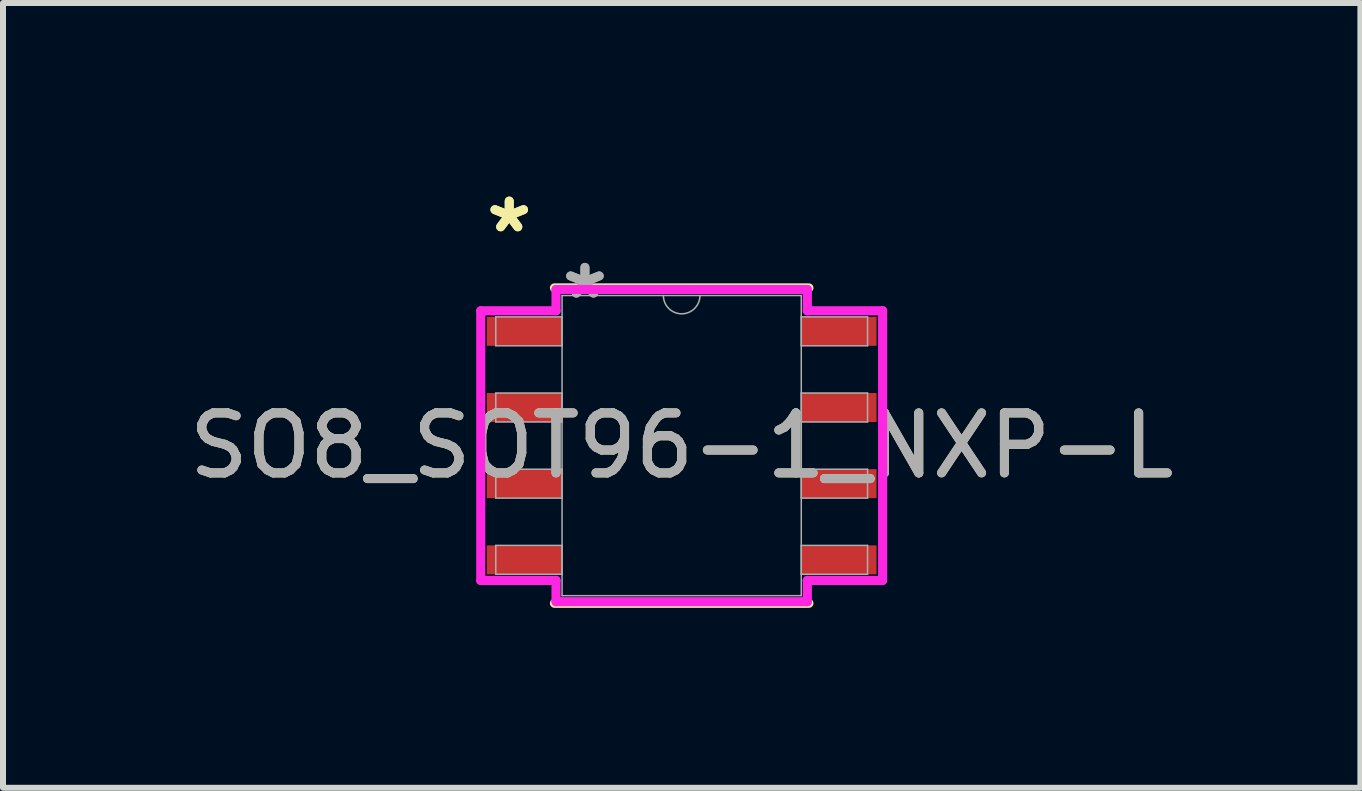
<source format=kicad_pcb>
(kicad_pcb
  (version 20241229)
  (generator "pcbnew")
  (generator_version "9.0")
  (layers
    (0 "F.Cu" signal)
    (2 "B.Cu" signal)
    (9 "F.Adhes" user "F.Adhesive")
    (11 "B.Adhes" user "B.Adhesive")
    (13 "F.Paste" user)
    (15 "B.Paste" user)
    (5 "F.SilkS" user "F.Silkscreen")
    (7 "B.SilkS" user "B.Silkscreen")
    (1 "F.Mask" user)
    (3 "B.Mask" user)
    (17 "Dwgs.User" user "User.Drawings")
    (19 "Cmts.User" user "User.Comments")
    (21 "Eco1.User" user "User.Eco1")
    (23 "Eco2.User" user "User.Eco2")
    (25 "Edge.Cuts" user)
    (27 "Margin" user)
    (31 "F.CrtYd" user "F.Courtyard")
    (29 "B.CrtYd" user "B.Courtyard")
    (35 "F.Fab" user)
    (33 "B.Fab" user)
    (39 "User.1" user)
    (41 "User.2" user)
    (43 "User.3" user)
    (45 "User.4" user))
  (footprint "SO8_SOT96-1_NXP-L"
    (layer "F.Cu")
    (at 8.315 4.379)
    (property "Reference" "SO8_SOT96-1_NXP-L" (at 0 0 0) (unlocked yes) (layer "F.SilkS") (effects (font (size 1 1) (thickness 0.15))))
    (attr smd)
    (fp_line (start -2.121 2.629) (end 2.121 2.629) (stroke (width 0.152) (type solid)) (layer "F.SilkS"))
    (fp_line (start 2.121 -2.629) (end -2.121 -2.629) (stroke (width 0.152) (type solid)) (layer "F.SilkS"))
    (fp_line (start -3.35 -2.248) (end -2.095 -2.248) (stroke (width 0.152) (type solid)) (layer "F.CrtYd"))
    (fp_line (start -3.35 2.248) (end -3.35 -2.248) (stroke (width 0.152) (type solid)) (layer "F.CrtYd"))
    (fp_line (start -3.35 2.248) (end -2.095 2.248) (stroke (width 0.152) (type solid)) (layer "F.CrtYd"))
    (fp_line (start -2.095 -2.603) (end 2.095 -2.603) (stroke (width 0.152) (type solid)) (layer "F.CrtYd"))
    (fp_line (start -2.095 -2.248) (end -2.095 -2.603) (stroke (width 0.152) (type solid)) (layer "F.CrtYd"))
    (fp_line (start -2.095 2.603) (end -2.095 2.248) (stroke (width 0.152) (type solid)) (layer "F.CrtYd"))
    (fp_line (start 2.095 -2.603) (end 2.095 -2.248) (stroke (width 0.152) (type solid)) (layer "F.CrtYd"))
    (fp_line (start 2.095 2.248) (end 2.095 2.603) (stroke (width 0.152) (type solid)) (layer "F.CrtYd"))
    (fp_line (start 2.095 2.603) (end -2.095 2.603) (stroke (width 0.152) (type solid)) (layer "F.CrtYd"))
    (fp_line (start 3.35 -2.248) (end 2.095 -2.248) (stroke (width 0.152) (type solid)) (layer "F.CrtYd"))
    (fp_line (start 3.35 -2.248) (end 3.35 2.248) (stroke (width 0.152) (type solid)) (layer "F.CrtYd"))
    (fp_line (start 3.35 2.248) (end 2.095 2.248) (stroke (width 0.152) (type solid)) (layer "F.CrtYd"))
    (fp_line (start -3.099 -2.146) (end -3.099 -1.664) (stroke (width 0.025) (type solid)) (layer "F.Fab"))
    (fp_line (start -3.099 -1.664) (end -1.994 -1.664) (stroke (width 0.025) (type solid)) (layer "F.Fab"))
    (fp_line (start -3.099 -0.876) (end -3.099 -0.394) (stroke (width 0.025) (type solid)) (layer "F.Fab"))
    (fp_line (start -3.099 -0.394) (end -1.994 -0.394) (stroke (width 0.025) (type solid)) (layer "F.Fab"))
    (fp_line (start -3.099 0.394) (end -3.099 0.876) (stroke (width 0.025) (type solid)) (layer "F.Fab"))
    (fp_line (start -3.099 0.876) (end -1.994 0.876) (stroke (width 0.025) (type solid)) (layer "F.Fab"))
    (fp_line (start -3.099 1.664) (end -3.099 2.146) (stroke (width 0.025) (type solid)) (layer "F.Fab"))
    (fp_line (start -3.099 2.146) (end -1.994 2.146) (stroke (width 0.025) (type solid)) (layer "F.Fab"))
    (fp_line (start -1.994 -2.502) (end -1.994 2.502) (stroke (width 0.025) (type solid)) (layer "F.Fab"))
    (fp_line (start -1.994 -2.146) (end -3.099 -2.146) (stroke (width 0.025) (type solid)) (layer "F.Fab"))
    (fp_line (start -1.994 -1.664) (end -1.994 -2.146) (stroke (width 0.025) (type solid)) (layer "F.Fab"))
    (fp_line (start -1.994 -0.876) (end -3.099 -0.876) (stroke (width 0.025) (type solid)) (layer "F.Fab"))
    (fp_line (start -1.994 -0.394) (end -1.994 -0.876) (stroke (width 0.025) (type solid)) (layer "F.Fab"))
    (fp_line (start -1.994 0.394) (end -3.099 0.394) (stroke (width 0.025) (type solid)) (layer "F.Fab"))
    (fp_line (start -1.994 0.876) (end -1.994 0.394) (stroke (width 0.025) (type solid)) (layer "F.Fab"))
    (fp_line (start -1.994 1.664) (end -3.099 1.664) (stroke (width 0.025) (type solid)) (layer "F.Fab"))
    (fp_line (start -1.994 2.146) (end -1.994 1.664) (stroke (width 0.025) (type solid)) (layer "F.Fab"))
    (fp_line (start -1.994 2.502) (end 1.994 2.502) (stroke (width 0.025) (type solid)) (layer "F.Fab"))
    (fp_line (start 1.994 -2.502) (end -1.994 -2.502) (stroke (width 0.025) (type solid)) (layer "F.Fab"))
    (fp_line (start 1.994 -2.146) (end 1.994 -1.664) (stroke (width 0.025) (type solid)) (layer "F.Fab"))
    (fp_line (start 1.994 -1.664) (end 3.099 -1.664) (stroke (width 0.025) (type solid)) (layer "F.Fab"))
    (fp_line (start 1.994 -0.876) (end 1.994 -0.394) (stroke (width 0.025) (type solid)) (layer "F.Fab"))
    (fp_line (start 1.994 -0.394) (end 3.099 -0.394) (stroke (width 0.025) (type solid)) (layer "F.Fab"))
    (fp_line (start 1.994 0.394) (end 1.994 0.876) (stroke (width 0.025) (type solid)) (layer "F.Fab"))
    (fp_line (start 1.994 0.876) (end 3.099 0.876) (stroke (width 0.025) (type solid)) (layer "F.Fab"))
    (fp_line (start 1.994 1.664) (end 1.994 2.146) (stroke (width 0.025) (type solid)) (layer "F.Fab"))
    (fp_line (start 1.994 2.146) (end 3.099 2.146) (stroke (width 0.025) (type solid)) (layer "F.Fab"))
    (fp_line (start 1.994 2.502) (end 1.994 -2.502) (stroke (width 0.025) (type solid)) (layer "F.Fab"))
    (fp_line (start 3.099 -2.146) (end 1.994 -2.146) (stroke (width 0.025) (type solid)) (layer "F.Fab"))
    (fp_line (start 3.099 -1.664) (end 3.099 -2.146) (stroke (width 0.025) (type solid)) (layer "F.Fab"))
    (fp_line (start 3.099 -0.876) (end 1.994 -0.876) (stroke (width 0.025) (type solid)) (layer "F.Fab"))
    (fp_line (start 3.099 -0.394) (end 3.099 -0.876) (stroke (width 0.025) (type solid)) (layer "F.Fab"))
    (fp_line (start 3.099 0.394) (end 1.994 0.394) (stroke (width 0.025) (type solid)) (layer "F.Fab"))
    (fp_line (start 3.099 0.876) (end 3.099 0.394) (stroke (width 0.025) (type solid)) (layer "F.Fab"))
    (fp_line (start 3.099 1.664) (end 1.994 1.664) (stroke (width 0.025) (type solid)) (layer "F.Fab"))
    (fp_line (start 3.099 2.146) (end 3.099 1.664) (stroke (width 0.025) (type solid)) (layer "F.Fab"))
    (fp_arc (start 0.3048 -2.5019) (mid 0 -2.1971) (end -0.3048 -2.5019) (stroke (width 0.0254) (type solid)) (layer "F.Fab"))
    (fp_text user "*" (at -2.875 -3.531 0) (layer "F.SilkS") (effects (font (size 1 1) (thickness 0.15))))
    (fp_text user "*" (at -2.875 -3.531 0) (unlocked yes) (layer "F.SilkS") (effects (font (size 1 1) (thickness 0.15))))
    (fp_text user "*" (at -1.613 -2.426 0) (unlocked yes) (layer "F.Fab") (effects (font (size 1 1) (thickness 0.15))))
    (fp_text user "*" (at -1.613 -2.426 0) (layer "F.Fab") (effects (font (size 1 1) (thickness 0.15))))
    (fp_text user "${REFERENCE}" (at 0 0 0) (unlocked yes) (layer "F.Fab") (effects (font (size 1 1) (thickness 0.15))))
    (pad "1" smd rect (at -2.621 -1.905) (size 1.255 0.483) (layers "F.Cu" "F.Mask" "F.Paste"))
    (pad "2" smd rect (at -2.621 -0.635) (size 1.255 0.483) (layers "F.Cu" "F.Mask" "F.Paste"))
    (pad "3" smd rect (at -2.621 0.635) (size 1.255 0.483) (layers "F.Cu" "F.Mask" "F.Paste"))
    (pad "4" smd rect (at -2.621 1.905) (size 1.255 0.483) (layers "F.Cu" "F.Mask" "F.Paste"))
    (pad "5" smd rect (at 2.621 1.905) (size 1.255 0.483) (layers "F.Cu" "F.Mask" "F.Paste"))
    (pad "6" smd rect (at 2.621 0.635) (size 1.255 0.483) (layers "F.Cu" "F.Mask" "F.Paste"))
    (pad "7" smd rect (at 2.621 -0.635) (size 1.255 0.483) (layers "F.Cu" "F.Mask" "F.Paste"))
    (pad "8" smd rect (at 2.621 -1.905) (size 1.255 0.483) (layers "F.Cu" "F.Mask" "F.Paste")))
  (gr_rect
    (start -3 -3)
    (end 19.631 10.084)
    (stroke (width 0.1) (type default))
    (fill no)
    (layer "Edge.Cuts")))
</source>
